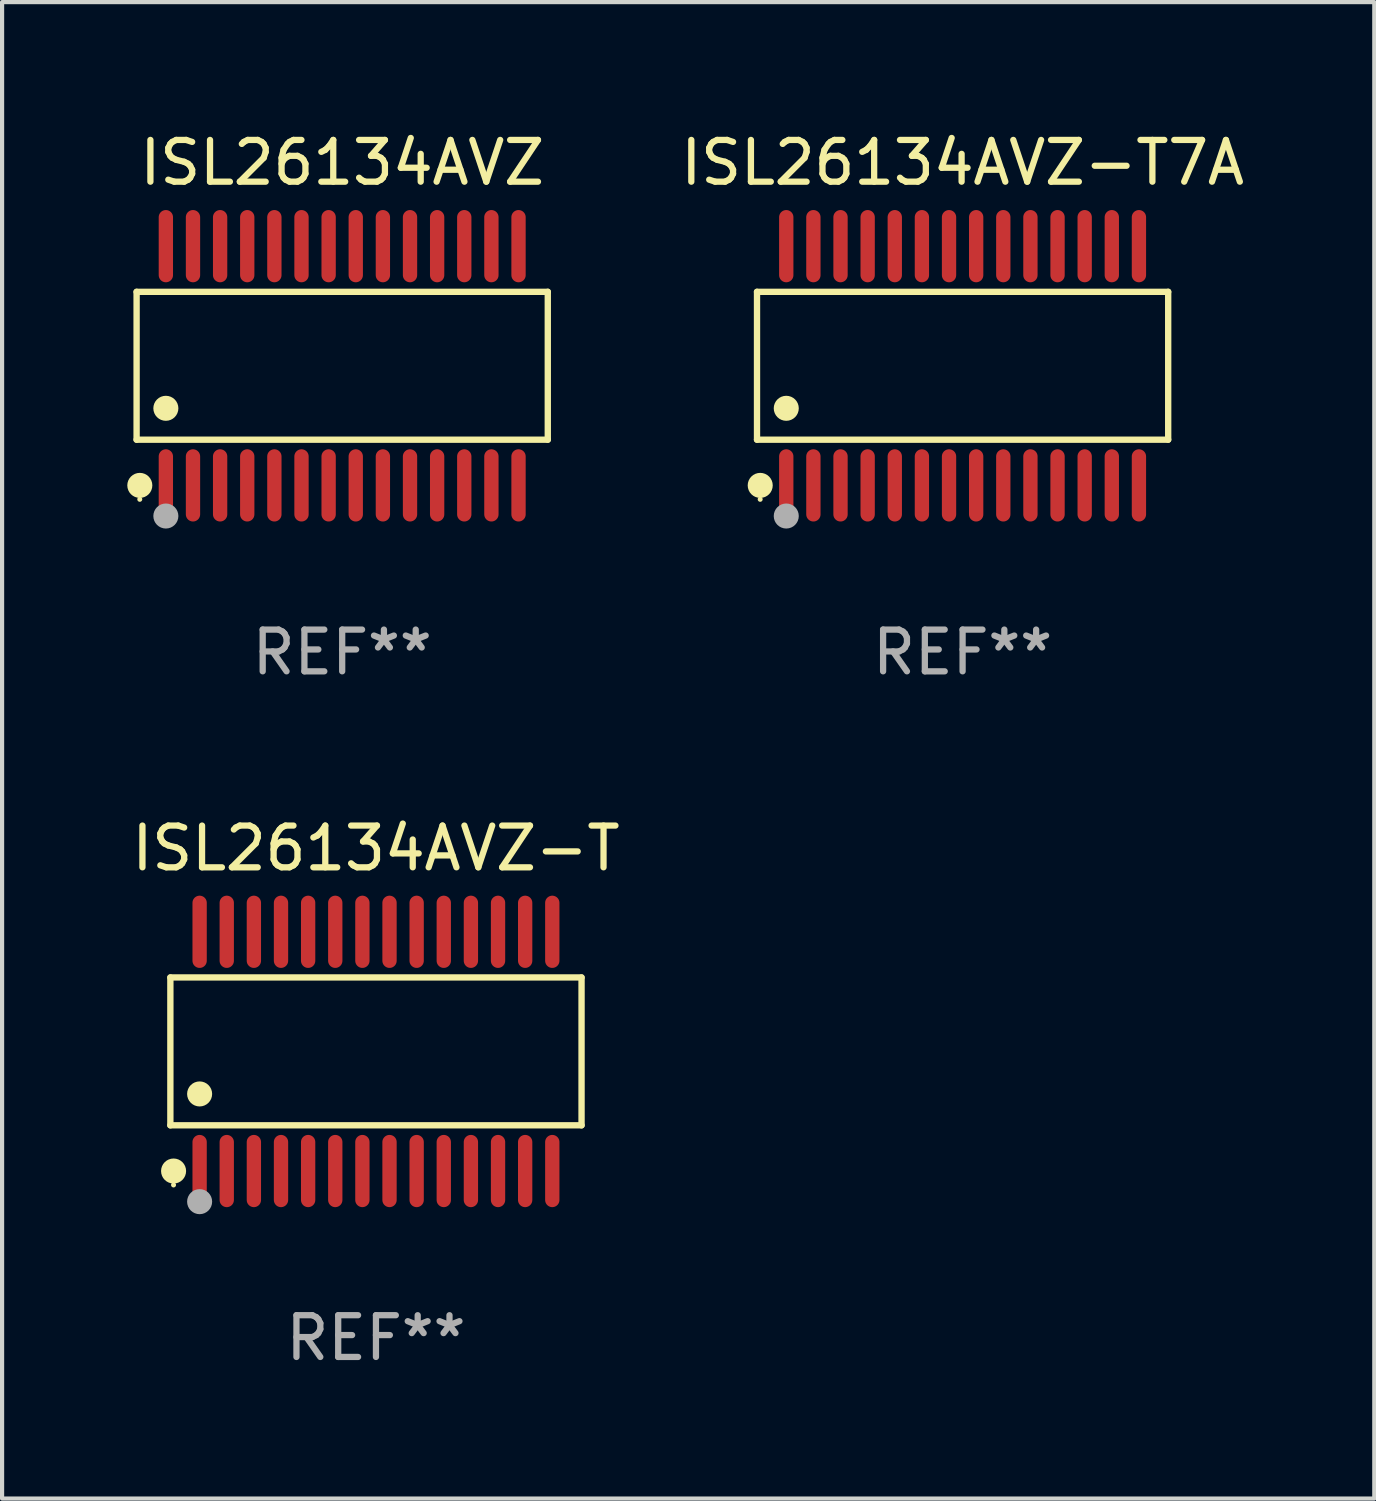
<source format=kicad_pcb>
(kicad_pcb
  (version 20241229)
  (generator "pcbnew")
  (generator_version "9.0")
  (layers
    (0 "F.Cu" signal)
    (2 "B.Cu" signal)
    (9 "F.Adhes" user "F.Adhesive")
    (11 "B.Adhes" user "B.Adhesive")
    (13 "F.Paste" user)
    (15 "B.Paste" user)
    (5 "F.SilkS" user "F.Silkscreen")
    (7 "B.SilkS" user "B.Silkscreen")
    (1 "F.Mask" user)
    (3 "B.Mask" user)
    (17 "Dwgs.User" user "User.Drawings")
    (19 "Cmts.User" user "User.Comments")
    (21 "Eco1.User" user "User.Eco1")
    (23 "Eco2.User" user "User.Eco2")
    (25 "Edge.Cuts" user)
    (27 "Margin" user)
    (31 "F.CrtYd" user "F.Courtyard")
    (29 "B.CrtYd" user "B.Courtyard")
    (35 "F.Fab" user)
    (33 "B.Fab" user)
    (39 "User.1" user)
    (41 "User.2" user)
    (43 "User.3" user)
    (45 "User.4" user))
  (footprint "ISL26134AVZ-T"
    (layer "F.Cu")
    (at 5.958 22.142)
    (property "Reference" "ISL26134AVZ-T" (at 0 -4.866 0) (layer "F.SilkS") (effects (font (size 1 1) (thickness 0.15))))
    (attr through_hole)
    (fp_line (start -4.926 -1.772) (end 4.926 -1.772) (stroke (width 0.152) (type solid)) (layer "F.SilkS"))
    (fp_line (start -4.926 1.771) (end -4.926 -1.772) (stroke (width 0.152) (type solid)) (layer "F.SilkS"))
    (fp_line (start 4.926 -1.772) (end 4.926 1.771) (stroke (width 0.152) (type solid)) (layer "F.SilkS"))
    (fp_line (start 4.926 1.771) (end -4.926 1.771) (stroke (width 0.152) (type solid)) (layer "F.SilkS"))
    (fp_circle (center -4.85 3.2) (end -4.82 3.2) (stroke (width 0.06) (type solid)) (fill no) (layer "F.SilkS"))
    (fp_circle (center -4.849 2.866) (end -4.699 2.866) (stroke (width 0.3) (type solid)) (fill no) (layer "F.SilkS"))
    (fp_circle (center -4.225 1.019) (end -4.075 1.019) (stroke (width 0.3) (type solid)) (fill no) (layer "F.SilkS"))
    (fp_circle (center -4.225 3.6) (end -4.075 3.6) (stroke (width 0.3) (type solid)) (fill no) (layer "F.Fab"))
    (fp_text user "REF**" (at 0 6.866 0) (layer "F.Fab") (effects (font (size 1 1) (thickness 0.15))))
    (pad "1" smd oval (at -4.225 2.866) (size 0.343 1.731) (layers "F.Cu" "F.Mask" "F.Paste"))
    (pad "2" smd oval (at -3.575 2.866) (size 0.343 1.731) (layers "F.Cu" "F.Mask" "F.Paste"))
    (pad "3" smd oval (at -2.925 2.866) (size 0.343 1.731) (layers "F.Cu" "F.Mask" "F.Paste"))
    (pad "4" smd oval (at -2.275 2.866) (size 0.343 1.731) (layers "F.Cu" "F.Mask" "F.Paste"))
    (pad "5" smd oval (at -1.625 2.866) (size 0.343 1.731) (layers "F.Cu" "F.Mask" "F.Paste"))
    (pad "6" smd oval (at -0.975 2.866) (size 0.343 1.731) (layers "F.Cu" "F.Mask" "F.Paste"))
    (pad "7" smd oval (at -0.325 2.866) (size 0.343 1.731) (layers "F.Cu" "F.Mask" "F.Paste"))
    (pad "8" smd oval (at 0.325 2.866) (size 0.343 1.731) (layers "F.Cu" "F.Mask" "F.Paste"))
    (pad "9" smd oval (at 0.975 2.866) (size 0.343 1.731) (layers "F.Cu" "F.Mask" "F.Paste"))
    (pad "10" smd oval (at 1.625 2.866) (size 0.343 1.731) (layers "F.Cu" "F.Mask" "F.Paste"))
    (pad "11" smd oval (at 2.275 2.866) (size 0.343 1.731) (layers "F.Cu" "F.Mask" "F.Paste"))
    (pad "12" smd oval (at 2.925 2.866) (size 0.343 1.731) (layers "F.Cu" "F.Mask" "F.Paste"))
    (pad "13" smd oval (at 3.575 2.866) (size 0.343 1.731) (layers "F.Cu" "F.Mask" "F.Paste"))
    (pad "14" smd oval (at 4.225 2.866) (size 0.343 1.731) (layers "F.Cu" "F.Mask" "F.Paste"))
    (pad "15" smd oval (at 4.225 -2.866) (size 0.343 1.731) (layers "F.Cu" "F.Mask" "F.Paste"))
    (pad "16" smd oval (at 3.575 -2.866) (size 0.343 1.731) (layers "F.Cu" "F.Mask" "F.Paste"))
    (pad "17" smd oval (at 2.925 -2.866) (size 0.343 1.731) (layers "F.Cu" "F.Mask" "F.Paste"))
    (pad "18" smd oval (at 2.275 -2.866) (size 0.343 1.731) (layers "F.Cu" "F.Mask" "F.Paste"))
    (pad "19" smd oval (at 1.625 -2.866) (size 0.343 1.731) (layers "F.Cu" "F.Mask" "F.Paste"))
    (pad "20" smd oval (at 0.975 -2.866) (size 0.343 1.731) (layers "F.Cu" "F.Mask" "F.Paste"))
    (pad "21" smd oval (at 0.325 -2.866) (size 0.343 1.731) (layers "F.Cu" "F.Mask" "F.Paste"))
    (pad "22" smd oval (at -0.325 -2.866) (size 0.343 1.731) (layers "F.Cu" "F.Mask" "F.Paste"))
    (pad "23" smd oval (at -0.975 -2.866) (size 0.343 1.731) (layers "F.Cu" "F.Mask" "F.Paste"))
    (pad "24" smd oval (at -1.625 -2.866) (size 0.343 1.731) (layers "F.Cu" "F.Mask" "F.Paste"))
    (pad "25" smd oval (at -2.275 -2.866) (size 0.343 1.731) (layers "F.Cu" "F.Mask" "F.Paste"))
    (pad "26" smd oval (at -2.925 -2.866) (size 0.343 1.731) (layers "F.Cu" "F.Mask" "F.Paste"))
    (pad "27" smd oval (at -3.575 -2.866) (size 0.343 1.731) (layers "F.Cu" "F.Mask" "F.Paste"))
    (pad "28" smd oval (at -4.225 -2.866) (size 0.343 1.731) (layers "F.Cu" "F.Mask" "F.Paste")))
  (footprint "ISL26134AVZ-T7A"
    (layer "F.Cu")
    (at 20.014 5.714)
    (property "Reference" "ISL26134AVZ-T7A" (at 0 -4.866 0) (layer "F.SilkS") (effects (font (size 1 1) (thickness 0.15))))
    (attr through_hole)
    (fp_line (start -4.926 -1.772) (end 4.926 -1.772) (stroke (width 0.152) (type solid)) (layer "F.SilkS"))
    (fp_line (start -4.926 1.771) (end -4.926 -1.772) (stroke (width 0.152) (type solid)) (layer "F.SilkS"))
    (fp_line (start 4.926 -1.772) (end 4.926 1.771) (stroke (width 0.152) (type solid)) (layer "F.SilkS"))
    (fp_line (start 4.926 1.771) (end -4.926 1.771) (stroke (width 0.152) (type solid)) (layer "F.SilkS"))
    (fp_circle (center -4.85 3.2) (end -4.82 3.2) (stroke (width 0.06) (type solid)) (fill no) (layer "F.SilkS"))
    (fp_circle (center -4.849 2.866) (end -4.699 2.866) (stroke (width 0.3) (type solid)) (fill no) (layer "F.SilkS"))
    (fp_circle (center -4.225 1.019) (end -4.075 1.019) (stroke (width 0.3) (type solid)) (fill no) (layer "F.SilkS"))
    (fp_circle (center -4.225 3.6) (end -4.075 3.6) (stroke (width 0.3) (type solid)) (fill no) (layer "F.Fab"))
    (fp_text user "REF**" (at 0 6.866 0) (layer "F.Fab") (effects (font (size 1 1) (thickness 0.15))))
    (pad "1" smd oval (at -4.225 2.866) (size 0.343 1.731) (layers "F.Cu" "F.Mask" "F.Paste"))
    (pad "2" smd oval (at -3.575 2.866) (size 0.343 1.731) (layers "F.Cu" "F.Mask" "F.Paste"))
    (pad "3" smd oval (at -2.925 2.866) (size 0.343 1.731) (layers "F.Cu" "F.Mask" "F.Paste"))
    (pad "4" smd oval (at -2.275 2.866) (size 0.343 1.731) (layers "F.Cu" "F.Mask" "F.Paste"))
    (pad "5" smd oval (at -1.625 2.866) (size 0.343 1.731) (layers "F.Cu" "F.Mask" "F.Paste"))
    (pad "6" smd oval (at -0.975 2.866) (size 0.343 1.731) (layers "F.Cu" "F.Mask" "F.Paste"))
    (pad "7" smd oval (at -0.325 2.866) (size 0.343 1.731) (layers "F.Cu" "F.Mask" "F.Paste"))
    (pad "8" smd oval (at 0.325 2.866) (size 0.343 1.731) (layers "F.Cu" "F.Mask" "F.Paste"))
    (pad "9" smd oval (at 0.975 2.866) (size 0.343 1.731) (layers "F.Cu" "F.Mask" "F.Paste"))
    (pad "10" smd oval (at 1.625 2.866) (size 0.343 1.731) (layers "F.Cu" "F.Mask" "F.Paste"))
    (pad "11" smd oval (at 2.275 2.866) (size 0.343 1.731) (layers "F.Cu" "F.Mask" "F.Paste"))
    (pad "12" smd oval (at 2.925 2.866) (size 0.343 1.731) (layers "F.Cu" "F.Mask" "F.Paste"))
    (pad "13" smd oval (at 3.575 2.866) (size 0.343 1.731) (layers "F.Cu" "F.Mask" "F.Paste"))
    (pad "14" smd oval (at 4.225 2.866) (size 0.343 1.731) (layers "F.Cu" "F.Mask" "F.Paste"))
    (pad "15" smd oval (at 4.225 -2.866) (size 0.343 1.731) (layers "F.Cu" "F.Mask" "F.Paste"))
    (pad "16" smd oval (at 3.575 -2.866) (size 0.343 1.731) (layers "F.Cu" "F.Mask" "F.Paste"))
    (pad "17" smd oval (at 2.925 -2.866) (size 0.343 1.731) (layers "F.Cu" "F.Mask" "F.Paste"))
    (pad "18" smd oval (at 2.275 -2.866) (size 0.343 1.731) (layers "F.Cu" "F.Mask" "F.Paste"))
    (pad "19" smd oval (at 1.625 -2.866) (size 0.343 1.731) (layers "F.Cu" "F.Mask" "F.Paste"))
    (pad "20" smd oval (at 0.975 -2.866) (size 0.343 1.731) (layers "F.Cu" "F.Mask" "F.Paste"))
    (pad "21" smd oval (at 0.325 -2.866) (size 0.343 1.731) (layers "F.Cu" "F.Mask" "F.Paste"))
    (pad "22" smd oval (at -0.325 -2.866) (size 0.343 1.731) (layers "F.Cu" "F.Mask" "F.Paste"))
    (pad "23" smd oval (at -0.975 -2.866) (size 0.343 1.731) (layers "F.Cu" "F.Mask" "F.Paste"))
    (pad "24" smd oval (at -1.625 -2.866) (size 0.343 1.731) (layers "F.Cu" "F.Mask" "F.Paste"))
    (pad "25" smd oval (at -2.275 -2.866) (size 0.343 1.731) (layers "F.Cu" "F.Mask" "F.Paste"))
    (pad "26" smd oval (at -2.925 -2.866) (size 0.343 1.731) (layers "F.Cu" "F.Mask" "F.Paste"))
    (pad "27" smd oval (at -3.575 -2.866) (size 0.343 1.731) (layers "F.Cu" "F.Mask" "F.Paste"))
    (pad "28" smd oval (at -4.225 -2.866) (size 0.343 1.731) (layers "F.Cu" "F.Mask" "F.Paste")))
  (footprint "ISL26134AVZ"
    (layer "F.Cu")
    (at 5.149 5.714)
    (property "Reference" "ISL26134AVZ" (at 0 -4.866 0) (layer "F.SilkS") (effects (font (size 1 1) (thickness 0.15))))
    (attr through_hole)
    (fp_line (start -4.926 -1.772) (end 4.926 -1.772) (stroke (width 0.152) (type solid)) (layer "F.SilkS"))
    (fp_line (start -4.926 1.771) (end -4.926 -1.772) (stroke (width 0.152) (type solid)) (layer "F.SilkS"))
    (fp_line (start 4.926 -1.772) (end 4.926 1.771) (stroke (width 0.152) (type solid)) (layer "F.SilkS"))
    (fp_line (start 4.926 1.771) (end -4.926 1.771) (stroke (width 0.152) (type solid)) (layer "F.SilkS"))
    (fp_circle (center -4.85 3.2) (end -4.82 3.2) (stroke (width 0.06) (type solid)) (fill no) (layer "F.SilkS"))
    (fp_circle (center -4.849 2.866) (end -4.699 2.866) (stroke (width 0.3) (type solid)) (fill no) (layer "F.SilkS"))
    (fp_circle (center -4.225 1.019) (end -4.075 1.019) (stroke (width 0.3) (type solid)) (fill no) (layer "F.SilkS"))
    (fp_circle (center -4.225 3.6) (end -4.075 3.6) (stroke (width 0.3) (type solid)) (fill no) (layer "F.Fab"))
    (fp_text user "REF**" (at 0 6.866 0) (layer "F.Fab") (effects (font (size 1 1) (thickness 0.15))))
    (pad "1" smd oval (at -4.225 2.866) (size 0.343 1.731) (layers "F.Cu" "F.Mask" "F.Paste"))
    (pad "2" smd oval (at -3.575 2.866) (size 0.343 1.731) (layers "F.Cu" "F.Mask" "F.Paste"))
    (pad "3" smd oval (at -2.925 2.866) (size 0.343 1.731) (layers "F.Cu" "F.Mask" "F.Paste"))
    (pad "4" smd oval (at -2.275 2.866) (size 0.343 1.731) (layers "F.Cu" "F.Mask" "F.Paste"))
    (pad "5" smd oval (at -1.625 2.866) (size 0.343 1.731) (layers "F.Cu" "F.Mask" "F.Paste"))
    (pad "6" smd oval (at -0.975 2.866) (size 0.343 1.731) (layers "F.Cu" "F.Mask" "F.Paste"))
    (pad "7" smd oval (at -0.325 2.866) (size 0.343 1.731) (layers "F.Cu" "F.Mask" "F.Paste"))
    (pad "8" smd oval (at 0.325 2.866) (size 0.343 1.731) (layers "F.Cu" "F.Mask" "F.Paste"))
    (pad "9" smd oval (at 0.975 2.866) (size 0.343 1.731) (layers "F.Cu" "F.Mask" "F.Paste"))
    (pad "10" smd oval (at 1.625 2.866) (size 0.343 1.731) (layers "F.Cu" "F.Mask" "F.Paste"))
    (pad "11" smd oval (at 2.275 2.866) (size 0.343 1.731) (layers "F.Cu" "F.Mask" "F.Paste"))
    (pad "12" smd oval (at 2.925 2.866) (size 0.343 1.731) (layers "F.Cu" "F.Mask" "F.Paste"))
    (pad "13" smd oval (at 3.575 2.866) (size 0.343 1.731) (layers "F.Cu" "F.Mask" "F.Paste"))
    (pad "14" smd oval (at 4.225 2.866) (size 0.343 1.731) (layers "F.Cu" "F.Mask" "F.Paste"))
    (pad "15" smd oval (at 4.225 -2.866) (size 0.343 1.731) (layers "F.Cu" "F.Mask" "F.Paste"))
    (pad "16" smd oval (at 3.575 -2.866) (size 0.343 1.731) (layers "F.Cu" "F.Mask" "F.Paste"))
    (pad "17" smd oval (at 2.925 -2.866) (size 0.343 1.731) (layers "F.Cu" "F.Mask" "F.Paste"))
    (pad "18" smd oval (at 2.275 -2.866) (size 0.343 1.731) (layers "F.Cu" "F.Mask" "F.Paste"))
    (pad "19" smd oval (at 1.625 -2.866) (size 0.343 1.731) (layers "F.Cu" "F.Mask" "F.Paste"))
    (pad "20" smd oval (at 0.975 -2.866) (size 0.343 1.731) (layers "F.Cu" "F.Mask" "F.Paste"))
    (pad "21" smd oval (at 0.325 -2.866) (size 0.343 1.731) (layers "F.Cu" "F.Mask" "F.Paste"))
    (pad "22" smd oval (at -0.325 -2.866) (size 0.343 1.731) (layers "F.Cu" "F.Mask" "F.Paste"))
    (pad "23" smd oval (at -0.975 -2.866) (size 0.343 1.731) (layers "F.Cu" "F.Mask" "F.Paste"))
    (pad "24" smd oval (at -1.625 -2.866) (size 0.343 1.731) (layers "F.Cu" "F.Mask" "F.Paste"))
    (pad "25" smd oval (at -2.275 -2.866) (size 0.343 1.731) (layers "F.Cu" "F.Mask" "F.Paste"))
    (pad "26" smd oval (at -2.925 -2.866) (size 0.343 1.731) (layers "F.Cu" "F.Mask" "F.Paste"))
    (pad "27" smd oval (at -3.575 -2.866) (size 0.343 1.731) (layers "F.Cu" "F.Mask" "F.Paste"))
    (pad "28" smd oval (at -4.225 -2.866) (size 0.343 1.731) (layers "F.Cu" "F.Mask" "F.Paste")))
  (gr_rect
    (start -3 -3)
    (end 29.878 32.856)
    (stroke (width 0.1) (type default))
    (fill no)
    (layer "Edge.Cuts")))
</source>
